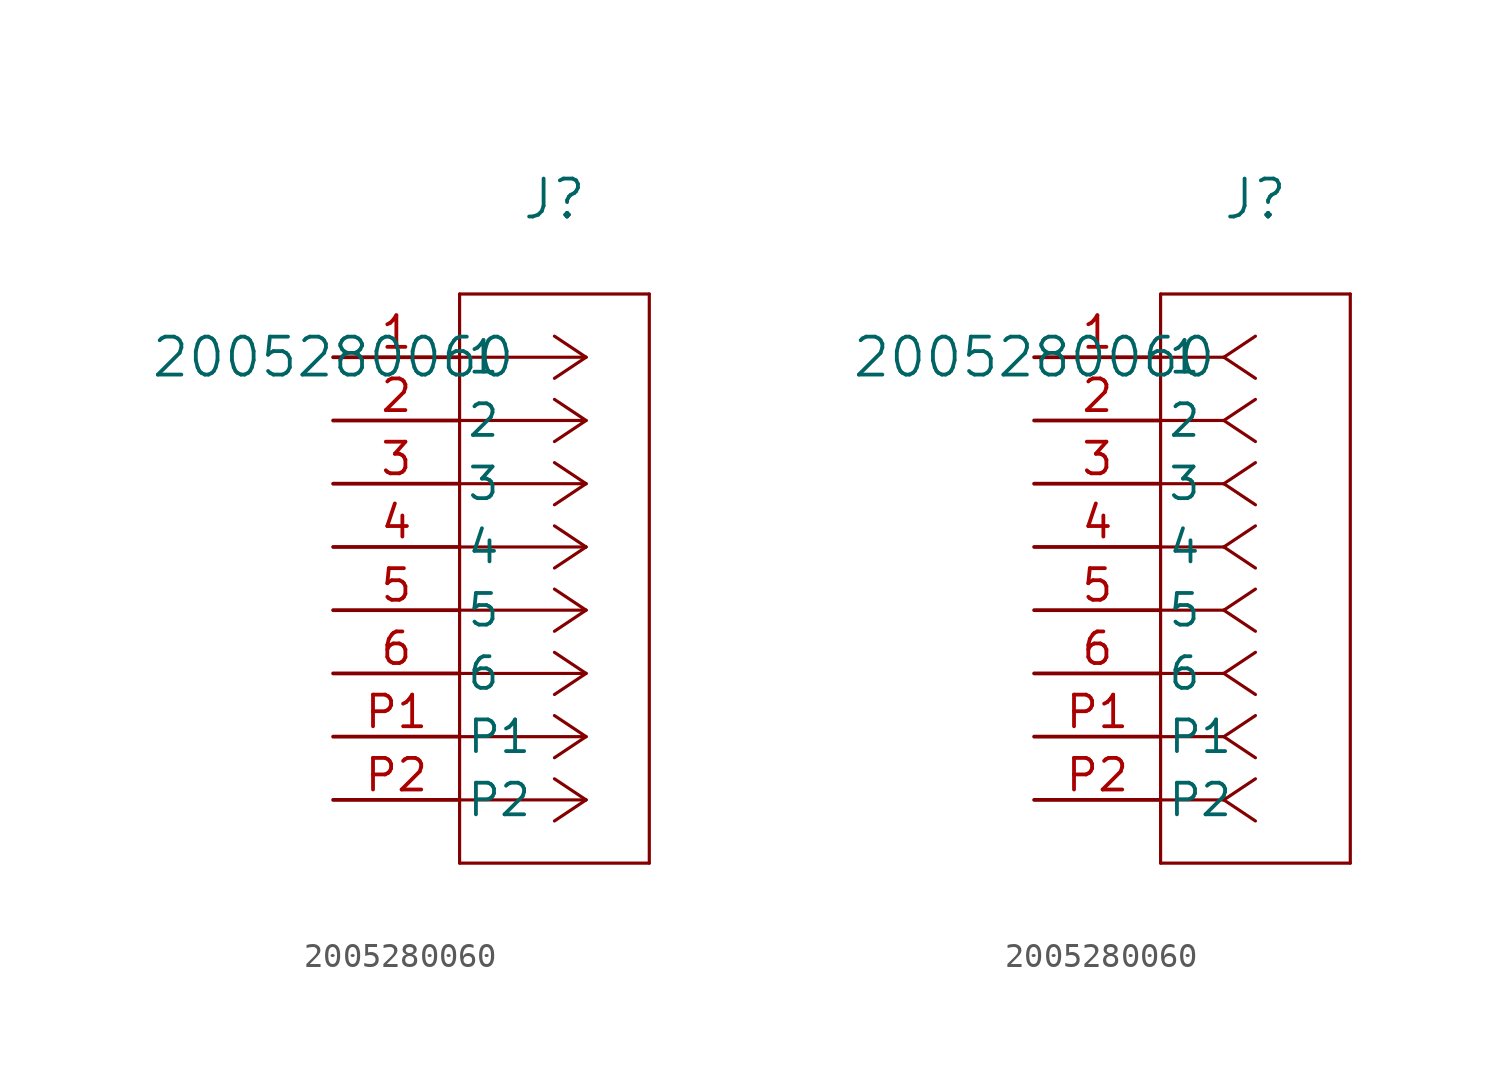
<source format=kicad_sym>
(kicad_symbol_lib
  (version 20211014)
  (generator kicad_symbol_editor)
  (symbol "2005280060"
    (pin_names
      (offset 0.254))
    (property "Reference" "J"
      (at 8.89 6.35 0)
      (effects (font (size 1.524 1.524))))
    (property "Value" "2005280060"
      (at 0 0 0)
      (effects (font (size 1.524 1.524))))
    (symbol "2005280060_1_1"
      (polyline (pts (xy 10.16 0) (xy 5.08 0)) (stroke (width 0.127) (type default) (color 0 0 0 0)) (fill (type none)))
      (polyline (pts (xy 10.16 -2.54) (xy 5.08 -2.54)) (stroke (width 0.127) (type default) (color 0 0 0 0)) (fill (type none)))
      (polyline (pts (xy 10.16 -5.08) (xy 5.08 -5.08)) (stroke (width 0.127) (type default) (color 0 0 0 0)) (fill (type none)))
      (polyline (pts (xy 10.16 -7.62) (xy 5.08 -7.62)) (stroke (width 0.127) (type default) (color 0 0 0 0)) (fill (type none)))
      (polyline (pts (xy 10.16 -10.16) (xy 5.08 -10.16)) (stroke (width 0.127) (type default) (color 0 0 0 0)) (fill (type none)))
      (polyline (pts (xy 10.16 -12.7) (xy 5.08 -12.7)) (stroke (width 0.127) (type default) (color 0 0 0 0)) (fill (type none)))
      (polyline (pts (xy 10.16 -15.24) (xy 5.08 -15.24)) (stroke (width 0.127) (type default) (color 0 0 0 0)) (fill (type none)))
      (polyline (pts (xy 10.16 -17.78) (xy 5.08 -17.78)) (stroke (width 0.127) (type default) (color 0 0 0 0)) (fill (type none)))
      (polyline (pts (xy 10.16 0) (xy 8.89 0.847)) (stroke (width 0.127) (type default) (color 0 0 0 0)) (fill (type none)))
      (polyline (pts (xy 10.16 -2.54) (xy 8.89 -1.693)) (stroke (width 0.127) (type default) (color 0 0 0 0)) (fill (type none)))
      (polyline (pts (xy 10.16 -5.08) (xy 8.89 -4.233)) (stroke (width 0.127) (type default) (color 0 0 0 0)) (fill (type none)))
      (polyline (pts (xy 10.16 -7.62) (xy 8.89 -6.773)) (stroke (width 0.127) (type default) (color 0 0 0 0)) (fill (type none)))
      (polyline (pts (xy 10.16 -10.16) (xy 8.89 -9.313)) (stroke (width 0.127) (type default) (color 0 0 0 0)) (fill (type none)))
      (polyline (pts (xy 10.16 -12.7) (xy 8.89 -11.853)) (stroke (width 0.127) (type default) (color 0 0 0 0)) (fill (type none)))
      (polyline (pts (xy 10.16 -15.24) (xy 8.89 -14.393)) (stroke (width 0.127) (type default) (color 0 0 0 0)) (fill (type none)))
      (polyline (pts (xy 10.16 -17.78) (xy 8.89 -16.933)) (stroke (width 0.127) (type default) (color 0 0 0 0)) (fill (type none)))
      (polyline (pts (xy 10.16 0) (xy 8.89 -0.847)) (stroke (width 0.127) (type default) (color 0 0 0 0)) (fill (type none)))
      (polyline (pts (xy 10.16 -2.54) (xy 8.89 -3.387)) (stroke (width 0.127) (type default) (color 0 0 0 0)) (fill (type none)))
      (polyline (pts (xy 10.16 -5.08) (xy 8.89 -5.927)) (stroke (width 0.127) (type default) (color 0 0 0 0)) (fill (type none)))
      (polyline (pts (xy 10.16 -7.62) (xy 8.89 -8.467)) (stroke (width 0.127) (type default) (color 0 0 0 0)) (fill (type none)))
      (polyline (pts (xy 10.16 -10.16) (xy 8.89 -11.007)) (stroke (width 0.127) (type default) (color 0 0 0 0)) (fill (type none)))
      (polyline (pts (xy 10.16 -12.7) (xy 8.89 -13.547)) (stroke (width 0.127) (type default) (color 0 0 0 0)) (fill (type none)))
      (polyline (pts (xy 10.16 -15.24) (xy 8.89 -16.087)) (stroke (width 0.127) (type default) (color 0 0 0 0)) (fill (type none)))
      (polyline (pts (xy 10.16 -17.78) (xy 8.89 -18.627)) (stroke (width 0.127) (type default) (color 0 0 0 0)) (fill (type none)))
      (polyline (pts (xy 5.08 2.54) (xy 5.08 -20.32)) (stroke (width 0.127) (type default) (color 0 0 0 0)) (fill (type none)))
      (polyline (pts (xy 5.08 -20.32) (xy 12.7 -20.32)) (stroke (width 0.127) (type default) (color 0 0 0 0)) (fill (type none)))
      (polyline (pts (xy 12.7 -20.32) (xy 12.7 2.54)) (stroke (width 0.127) (type default) (color 0 0 0 0)) (fill (type none)))
      (polyline (pts (xy 12.7 2.54) (xy 5.08 2.54)) (stroke (width 0.127) (type default) (color 0 0 0 0)) (fill (type none)))
      (pin unspecified line (at 0 0 0) (length 5.08) (name "1" (effects (font (size 1.27 1.27)))) (number "1" (effects (font (size 1.27 1.27)))))
      (pin unspecified line (at 0 -2.54 0) (length 5.08) (name "2" (effects (font (size 1.27 1.27)))) (number "2" (effects (font (size 1.27 1.27)))))
      (pin unspecified line (at 0 -5.08 0) (length 5.08) (name "3" (effects (font (size 1.27 1.27)))) (number "3" (effects (font (size 1.27 1.27)))))
      (pin unspecified line (at 0 -7.62 0) (length 5.08) (name "4" (effects (font (size 1.27 1.27)))) (number "4" (effects (font (size 1.27 1.27)))))
      (pin unspecified line (at 0 -10.16 0) (length 5.08) (name "5" (effects (font (size 1.27 1.27)))) (number "5" (effects (font (size 1.27 1.27)))))
      (pin unspecified line (at 0 -12.7 0) (length 5.08) (name "6" (effects (font (size 1.27 1.27)))) (number "6" (effects (font (size 1.27 1.27)))))
      (pin unspecified line (at 0 -15.24 0) (length 5.08) (name "P1" (effects (font (size 1.27 1.27)))) (number "P1" (effects (font (size 1.27 1.27)))))
      (pin unspecified line (at 0 -17.78 0) (length 5.08) (name "P2" (effects (font (size 1.27 1.27)))) (number "P2" (effects (font (size 1.27 1.27))))))
    (symbol "2005280060_1_2"
      (polyline (pts (xy 7.62 0) (xy 5.08 0)) (stroke (width 0.127) (type default) (color 0 0 0 0)) (fill (type none)))
      (polyline (pts (xy 7.62 -2.54) (xy 5.08 -2.54)) (stroke (width 0.127) (type default) (color 0 0 0 0)) (fill (type none)))
      (polyline (pts (xy 7.62 -5.08) (xy 5.08 -5.08)) (stroke (width 0.127) (type default) (color 0 0 0 0)) (fill (type none)))
      (polyline (pts (xy 7.62 -7.62) (xy 5.08 -7.62)) (stroke (width 0.127) (type default) (color 0 0 0 0)) (fill (type none)))
      (polyline (pts (xy 7.62 -10.16) (xy 5.08 -10.16)) (stroke (width 0.127) (type default) (color 0 0 0 0)) (fill (type none)))
      (polyline (pts (xy 7.62 -12.7) (xy 5.08 -12.7)) (stroke (width 0.127) (type default) (color 0 0 0 0)) (fill (type none)))
      (polyline (pts (xy 7.62 -15.24) (xy 5.08 -15.24)) (stroke (width 0.127) (type default) (color 0 0 0 0)) (fill (type none)))
      (polyline (pts (xy 7.62 -17.78) (xy 5.08 -17.78)) (stroke (width 0.127) (type default) (color 0 0 0 0)) (fill (type none)))
      (polyline (pts (xy 7.62 0) (xy 8.89 0.847)) (stroke (width 0.127) (type default) (color 0 0 0 0)) (fill (type none)))
      (polyline (pts (xy 7.62 -2.54) (xy 8.89 -1.693)) (stroke (width 0.127) (type default) (color 0 0 0 0)) (fill (type none)))
      (polyline (pts (xy 7.62 -5.08) (xy 8.89 -4.233)) (stroke (width 0.127) (type default) (color 0 0 0 0)) (fill (type none)))
      (polyline (pts (xy 7.62 -7.62) (xy 8.89 -6.773)) (stroke (width 0.127) (type default) (color 0 0 0 0)) (fill (type none)))
      (polyline (pts (xy 7.62 -10.16) (xy 8.89 -9.313)) (stroke (width 0.127) (type default) (color 0 0 0 0)) (fill (type none)))
      (polyline (pts (xy 7.62 -12.7) (xy 8.89 -11.853)) (stroke (width 0.127) (type default) (color 0 0 0 0)) (fill (type none)))
      (polyline (pts (xy 7.62 -15.24) (xy 8.89 -14.393)) (stroke (width 0.127) (type default) (color 0 0 0 0)) (fill (type none)))
      (polyline (pts (xy 7.62 -17.78) (xy 8.89 -16.933)) (stroke (width 0.127) (type default) (color 0 0 0 0)) (fill (type none)))
      (polyline (pts (xy 7.62 0) (xy 8.89 -0.847)) (stroke (width 0.127) (type default) (color 0 0 0 0)) (fill (type none)))
      (polyline (pts (xy 7.62 -2.54) (xy 8.89 -3.387)) (stroke (width 0.127) (type default) (color 0 0 0 0)) (fill (type none)))
      (polyline (pts (xy 7.62 -5.08) (xy 8.89 -5.927)) (stroke (width 0.127) (type default) (color 0 0 0 0)) (fill (type none)))
      (polyline (pts (xy 7.62 -7.62) (xy 8.89 -8.467)) (stroke (width 0.127) (type default) (color 0 0 0 0)) (fill (type none)))
      (polyline (pts (xy 7.62 -10.16) (xy 8.89 -11.007)) (stroke (width 0.127) (type default) (color 0 0 0 0)) (fill (type none)))
      (polyline (pts (xy 7.62 -12.7) (xy 8.89 -13.547)) (stroke (width 0.127) (type default) (color 0 0 0 0)) (fill (type none)))
      (polyline (pts (xy 7.62 -15.24) (xy 8.89 -16.087)) (stroke (width 0.127) (type default) (color 0 0 0 0)) (fill (type none)))
      (polyline (pts (xy 7.62 -17.78) (xy 8.89 -18.627)) (stroke (width 0.127) (type default) (color 0 0 0 0)) (fill (type none)))
      (polyline (pts (xy 5.08 2.54) (xy 5.08 -20.32)) (stroke (width 0.127) (type default) (color 0 0 0 0)) (fill (type none)))
      (polyline (pts (xy 5.08 -20.32) (xy 12.7 -20.32)) (stroke (width 0.127) (type default) (color 0 0 0 0)) (fill (type none)))
      (polyline (pts (xy 12.7 -20.32) (xy 12.7 2.54)) (stroke (width 0.127) (type default) (color 0 0 0 0)) (fill (type none)))
      (polyline (pts (xy 12.7 2.54) (xy 5.08 2.54)) (stroke (width 0.127) (type default) (color 0 0 0 0)) (fill (type none)))
      (pin unspecified line (at 0 0 0) (length 5.08) (name "1" (effects (font (size 1.27 1.27)))) (number "1" (effects (font (size 1.27 1.27)))))
      (pin unspecified line (at 0 -2.54 0) (length 5.08) (name "2" (effects (font (size 1.27 1.27)))) (number "2" (effects (font (size 1.27 1.27)))))
      (pin unspecified line (at 0 -5.08 0) (length 5.08) (name "3" (effects (font (size 1.27 1.27)))) (number "3" (effects (font (size 1.27 1.27)))))
      (pin unspecified line (at 0 -7.62 0) (length 5.08) (name "4" (effects (font (size 1.27 1.27)))) (number "4" (effects (font (size 1.27 1.27)))))
      (pin unspecified line (at 0 -10.16 0) (length 5.08) (name "5" (effects (font (size 1.27 1.27)))) (number "5" (effects (font (size 1.27 1.27)))))
      (pin unspecified line (at 0 -12.7 0) (length 5.08) (name "6" (effects (font (size 1.27 1.27)))) (number "6" (effects (font (size 1.27 1.27)))))
      (pin unspecified line (at 0 -15.24 0) (length 5.08) (name "P1" (effects (font (size 1.27 1.27)))) (number "P1" (effects (font (size 1.27 1.27)))))
      (pin unspecified line (at 0 -17.78 0) (length 5.08) (name "P2" (effects (font (size 1.27 1.27)))) (number "P2" (effects (font (size 1.27 1.27))))))))
</source>
